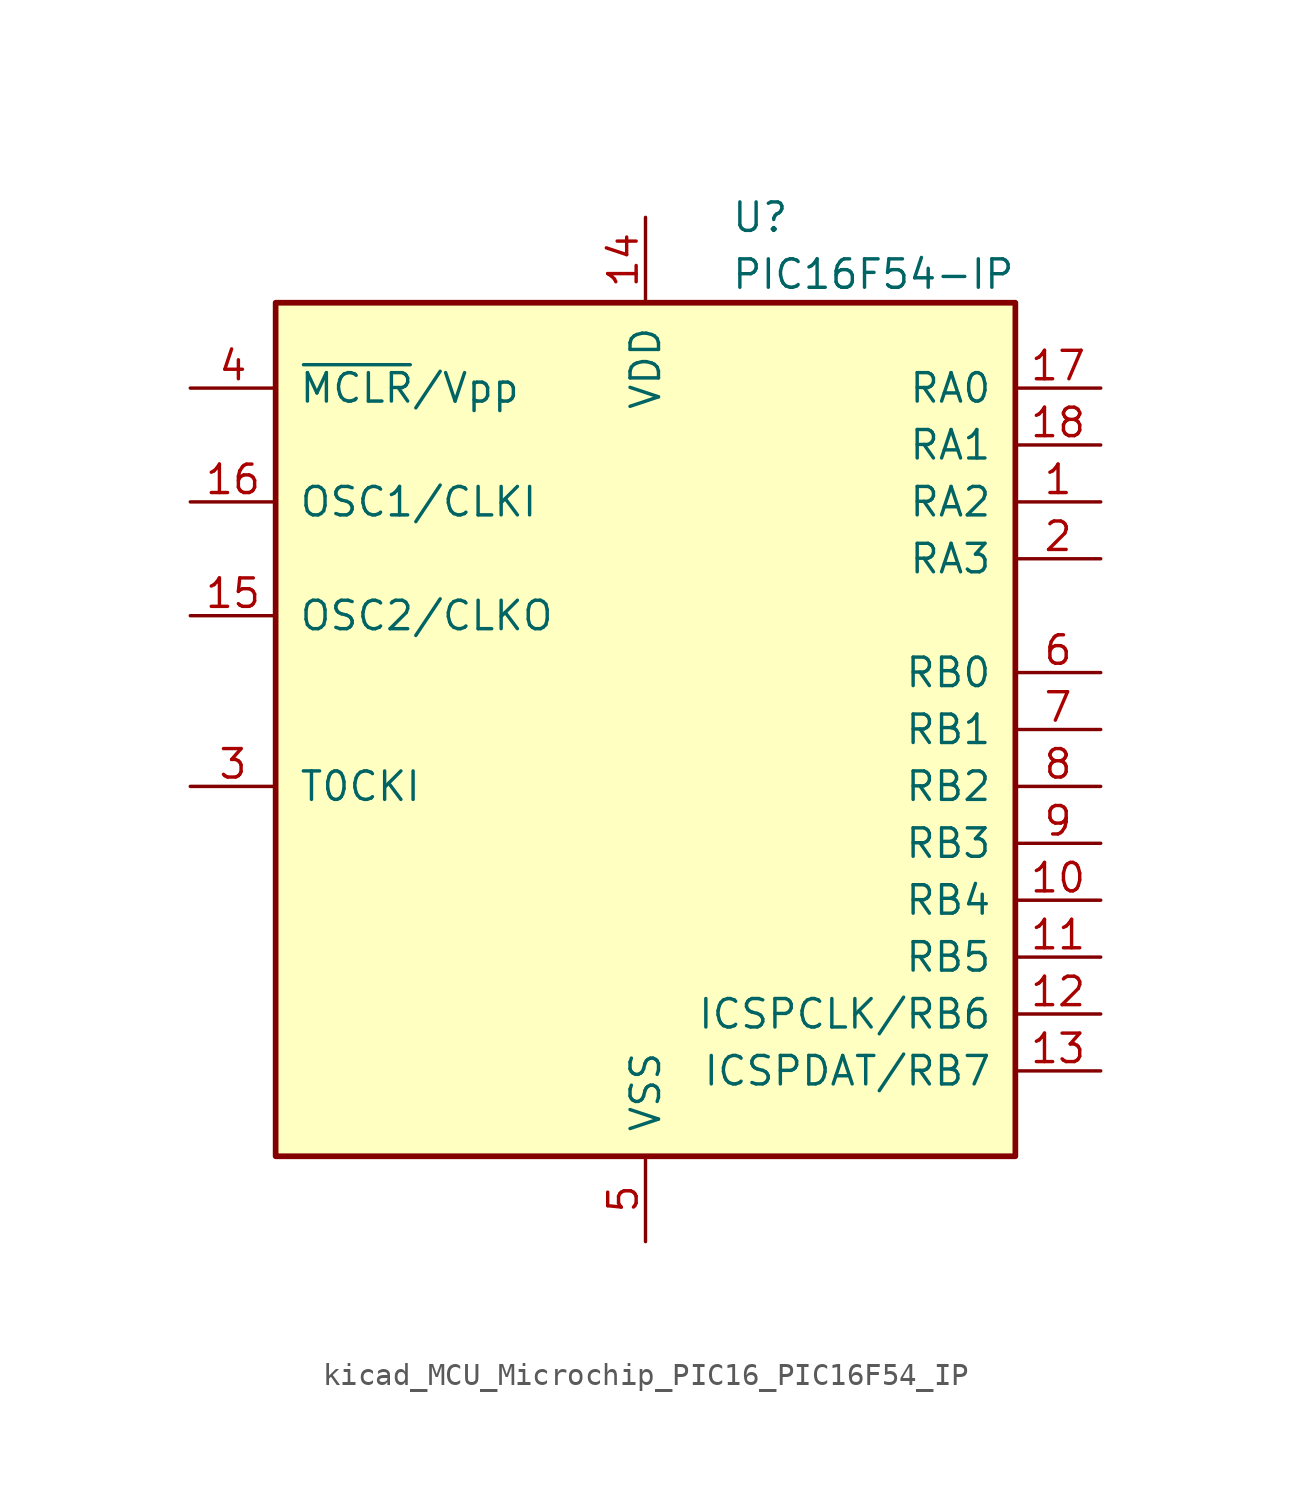
<source format=kicad_sym>
(kicad_symbol_lib
  (version 20220914)
  (generator kicad_symbol_editor)
  (symbol "kicad_MCU_Microchip_PIC16_PIC16F54_IP"
    (pin_names
      (offset 1.016))
    (property "Reference" "U"
      (at 3.81 22.86 0)
      (effects (font (size 1.27 1.27)) (justify left)))
    (property "Value" "PIC16F54-IP"
      (at 3.81 20.32 0)
      (effects (font (size 1.27 1.27)) (justify left)))
    (symbol "kicad_MCU_Microchip_PIC16_PIC16F54_IP_0_1"
      (rectangle (start -16.51 19.05) (end 16.51 -19.05) (stroke (width 0.254) (type default)) (fill (type background))))
    (symbol "kicad_MCU_Microchip_PIC16_PIC16F54_IP_1_1"
      (pin bidirectional line (at 20.32 10.16 180) (length 3.81) (name "RA2" (effects (font (size 1.27 1.27)))) (number "1" (effects (font (size 1.27 1.27)))))
      (pin bidirectional line (at 20.32 -7.62 180) (length 3.81) (name "RB4" (effects (font (size 1.27 1.27)))) (number "10" (effects (font (size 1.27 1.27)))))
      (pin bidirectional line (at 20.32 -10.16 180) (length 3.81) (name "RB5" (effects (font (size 1.27 1.27)))) (number "11" (effects (font (size 1.27 1.27)))))
      (pin bidirectional line (at 20.32 -12.7 180) (length 3.81) (name "ICSPCLK/RB6" (effects (font (size 1.27 1.27)))) (number "12" (effects (font (size 1.27 1.27)))))
      (pin bidirectional line (at 20.32 -15.24 180) (length 3.81) (name "ICSPDAT/RB7" (effects (font (size 1.27 1.27)))) (number "13" (effects (font (size 1.27 1.27)))))
      (pin power_in line (at 0 22.86 270) (length 3.81) (name "VDD" (effects (font (size 1.27 1.27)))) (number "14" (effects (font (size 1.27 1.27)))))
      (pin output line (at -20.32 5.08 0) (length 3.81) (name "OSC2/CLKO" (effects (font (size 1.27 1.27)))) (number "15" (effects (font (size 1.27 1.27)))))
      (pin input line (at -20.32 10.16 0) (length 3.81) (name "OSC1/CLKI" (effects (font (size 1.27 1.27)))) (number "16" (effects (font (size 1.27 1.27)))))
      (pin bidirectional line (at 20.32 15.24 180) (length 3.81) (name "RA0" (effects (font (size 1.27 1.27)))) (number "17" (effects (font (size 1.27 1.27)))))
      (pin bidirectional line (at 20.32 12.7 180) (length 3.81) (name "RA1" (effects (font (size 1.27 1.27)))) (number "18" (effects (font (size 1.27 1.27)))))
      (pin bidirectional line (at 20.32 7.62 180) (length 3.81) (name "RA3" (effects (font (size 1.27 1.27)))) (number "2" (effects (font (size 1.27 1.27)))))
      (pin input line (at -20.32 -2.54 0) (length 3.81) (name "T0CKI" (effects (font (size 1.27 1.27)))) (number "3" (effects (font (size 1.27 1.27)))))
      (pin input line (at -20.32 15.24 0) (length 3.81) (name "~{MCLR}/Vpp" (effects (font (size 1.27 1.27)))) (number "4" (effects (font (size 1.27 1.27)))))
      (pin power_in line (at 0 -22.86 90) (length 3.81) (name "VSS" (effects (font (size 1.27 1.27)))) (number "5" (effects (font (size 1.27 1.27)))))
      (pin bidirectional line (at 20.32 2.54 180) (length 3.81) (name "RB0" (effects (font (size 1.27 1.27)))) (number "6" (effects (font (size 1.27 1.27)))))
      (pin bidirectional line (at 20.32 0 180) (length 3.81) (name "RB1" (effects (font (size 1.27 1.27)))) (number "7" (effects (font (size 1.27 1.27)))))
      (pin bidirectional line (at 20.32 -2.54 180) (length 3.81) (name "RB2" (effects (font (size 1.27 1.27)))) (number "8" (effects (font (size 1.27 1.27)))))
      (pin bidirectional line (at 20.32 -5.08 180) (length 3.81) (name "RB3" (effects (font (size 1.27 1.27)))) (number "9" (effects (font (size 1.27 1.27))))))))
</source>
